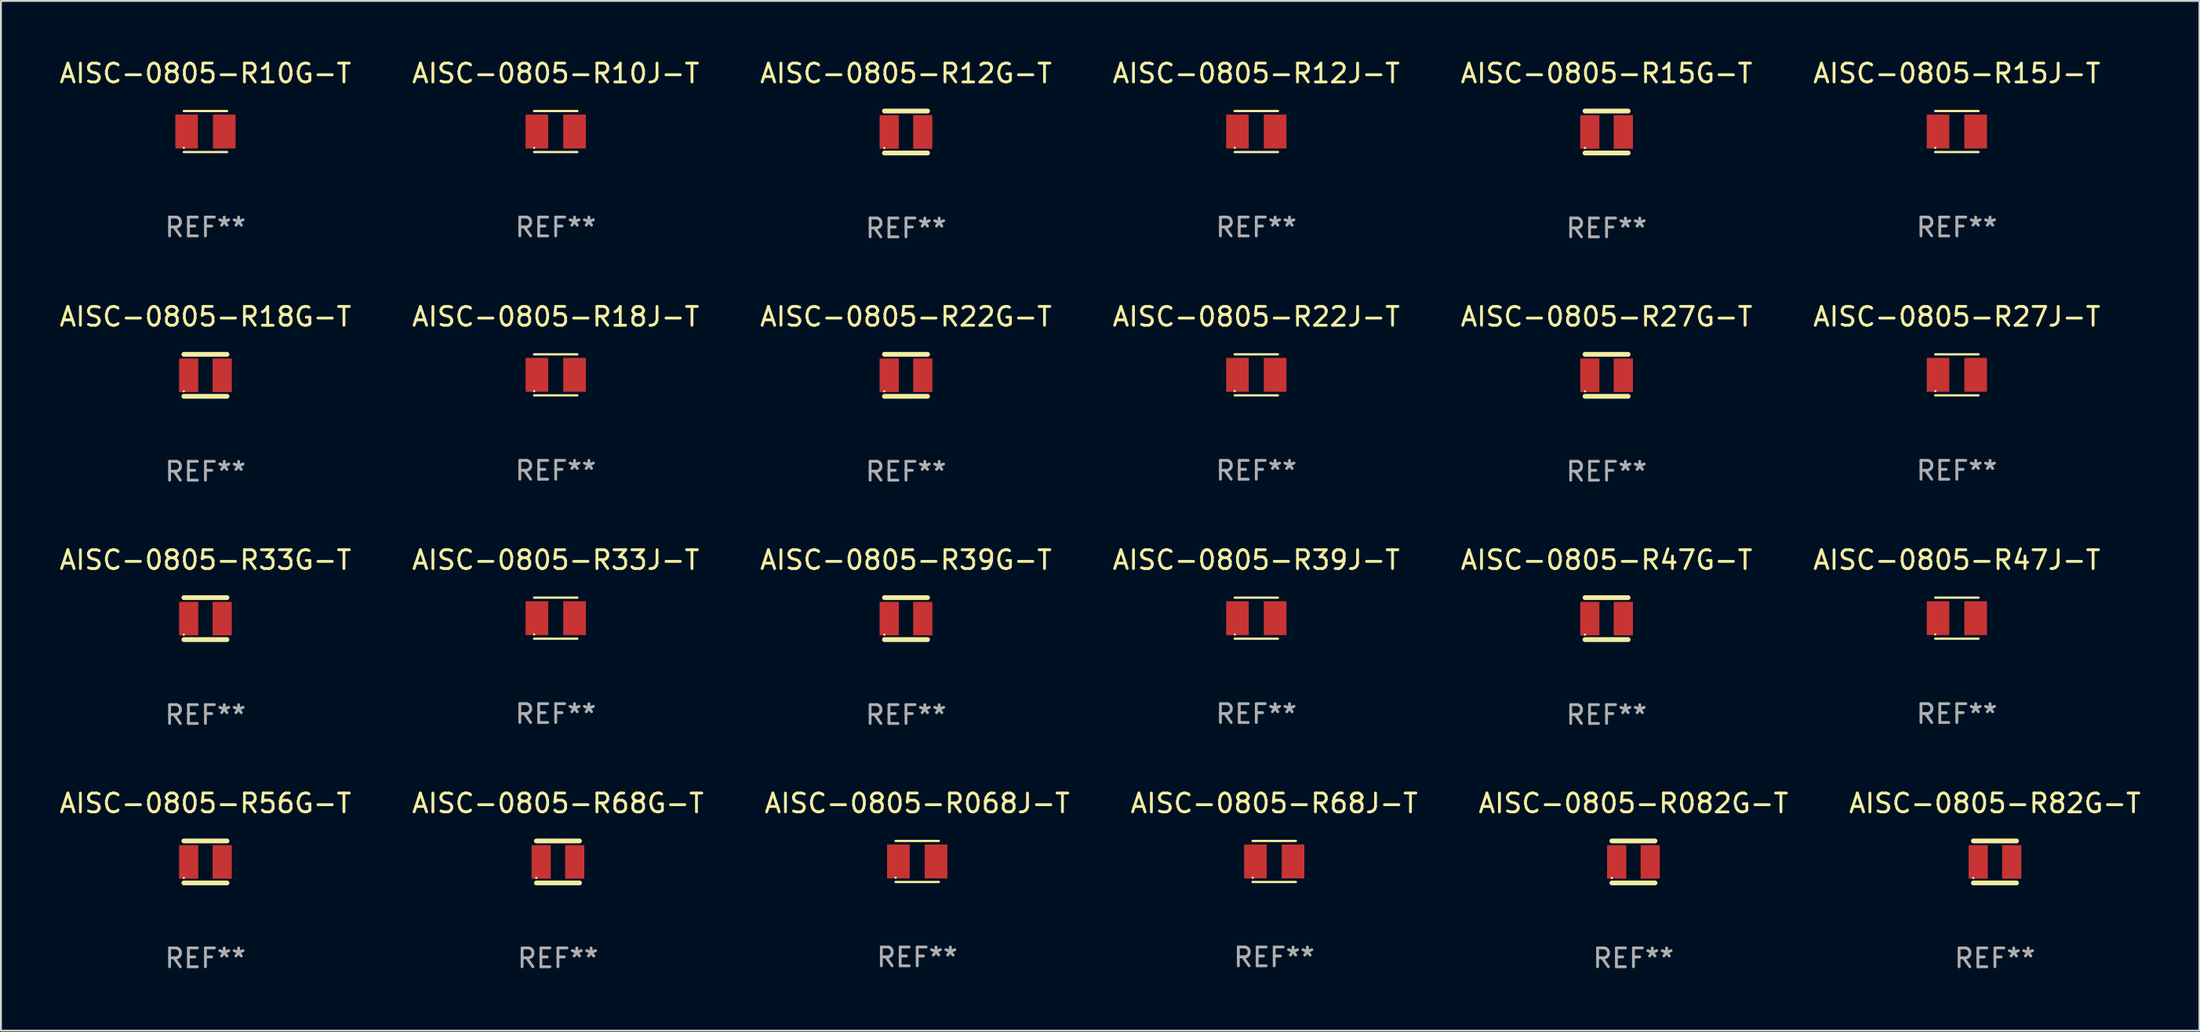
<source format=kicad_pcb>
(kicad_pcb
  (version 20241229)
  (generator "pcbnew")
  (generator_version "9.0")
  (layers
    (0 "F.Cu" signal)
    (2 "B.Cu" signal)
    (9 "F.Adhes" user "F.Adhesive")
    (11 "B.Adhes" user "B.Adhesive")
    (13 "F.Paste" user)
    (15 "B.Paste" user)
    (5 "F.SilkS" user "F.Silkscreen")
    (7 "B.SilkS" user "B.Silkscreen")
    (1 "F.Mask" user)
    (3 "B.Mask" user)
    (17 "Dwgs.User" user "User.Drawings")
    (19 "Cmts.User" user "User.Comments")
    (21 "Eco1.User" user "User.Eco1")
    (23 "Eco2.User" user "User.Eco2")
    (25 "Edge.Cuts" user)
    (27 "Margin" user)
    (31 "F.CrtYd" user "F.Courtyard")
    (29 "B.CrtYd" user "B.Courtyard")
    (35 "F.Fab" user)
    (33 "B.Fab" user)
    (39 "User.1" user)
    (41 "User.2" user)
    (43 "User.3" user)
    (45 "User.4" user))
  (footprint "AISC-0805-R22G-T"
    (layer "F.Cu")
    (at 45.077 16.89)
    (property "Reference" "AISC-0805-R22G-T" (at 0 -3.115 0) (layer "F.SilkS") (effects (font (size 1 1) (thickness 0.15))))
    (attr through_hole)
    (fp_line (start -1.145 -1.115) (end 1.145 -1.115) (stroke (width 0.254) (type solid)) (layer "F.SilkS"))
    (fp_line (start -1.145 1.115) (end 1.145 1.115) (stroke (width 0.254) (type solid)) (layer "F.SilkS"))
    (fp_circle (center -1.15 0.85) (end -1.12 0.85) (stroke (width 0.06) (type solid)) (fill no) (layer "F.SilkS"))
    (fp_text user "REF**" (at 0 5.115 0) (layer "F.Fab") (effects (font (size 1 1) (thickness 0.15))))
    (pad "1" smd rect (at -0.89 0 90) (size 1.78 1.02) (layers "F.Cu" "F.Mask" "F.Paste"))
    (pad "2" smd rect (at 0.89 0 90) (size 1.78 1.02) (layers "F.Cu" "F.Mask" "F.Paste")))
  (footprint "AISC-0805-R18J-T"
    (layer "F.Cu")
    (at 26.47 16.865)
    (property "Reference" "AISC-0805-R18J-T" (at 0 -3.09 0) (layer "F.SilkS") (effects (font (size 1 1) (thickness 0.15))))
    (attr through_hole)
    (fp_line (start -1.15 1.09) (end 1.15 1.09) (stroke (width 0.12) (type solid)) (layer "F.SilkS"))
    (fp_line (start 1.15 -1.09) (end -1.15 -1.09) (stroke (width 0.12) (type solid)) (layer "F.SilkS"))
    (fp_circle (center -1.145 0.865) (end -1.115 0.865) (stroke (width 0.06) (type solid)) (fill no) (layer "F.SilkS"))
    (fp_text user "REF**" (at 0 5.09 0) (layer "F.Fab") (effects (font (size 1 1) (thickness 0.15))))
    (pad "1" smd rect (at -1 0 90) (size 1.8 1.2) (layers "F.Cu" "F.Mask" "F.Paste"))
    (pad "2" smd rect (at 1 0 90) (size 1.8 1.2) (layers "F.Cu" "F.Mask" "F.Paste")))
  (footprint "AISC-0805-R27J-T"
    (layer "F.Cu")
    (at 100.899 16.865)
    (property "Reference" "AISC-0805-R27J-T" (at 0 -3.09 0) (layer "F.SilkS") (effects (font (size 1 1) (thickness 0.15))))
    (attr through_hole)
    (fp_line (start -1.15 1.09) (end 1.15 1.09) (stroke (width 0.12) (type solid)) (layer "F.SilkS"))
    (fp_line (start 1.15 -1.09) (end -1.15 -1.09) (stroke (width 0.12) (type solid)) (layer "F.SilkS"))
    (fp_circle (center -1.145 0.865) (end -1.115 0.865) (stroke (width 0.06) (type solid)) (fill no) (layer "F.SilkS"))
    (fp_text user "REF**" (at 0 5.09 0) (layer "F.Fab") (effects (font (size 1 1) (thickness 0.15))))
    (pad "1" smd rect (at -1 0 90) (size 1.8 1.2) (layers "F.Cu" "F.Mask" "F.Paste"))
    (pad "2" smd rect (at 1 0 90) (size 1.8 1.2) (layers "F.Cu" "F.Mask" "F.Paste")))
  (footprint "AISC-0805-R082G-T"
    (layer "F.Cu")
    (at 83.72 42.743)
    (property "Reference" "AISC-0805-R082G-T" (at 0 -3.115 0) (layer "F.SilkS") (effects (font (size 1 1) (thickness 0.15))))
    (attr through_hole)
    (fp_line (start -1.145 -1.115) (end 1.145 -1.115) (stroke (width 0.254) (type solid)) (layer "F.SilkS"))
    (fp_line (start -1.145 1.115) (end 1.145 1.115) (stroke (width 0.254) (type solid)) (layer "F.SilkS"))
    (fp_circle (center -1.15 0.85) (end -1.12 0.85) (stroke (width 0.06) (type solid)) (fill no) (layer "F.SilkS"))
    (fp_text user "REF**" (at 0 5.115 0) (layer "F.Fab") (effects (font (size 1 1) (thickness 0.15))))
    (pad "1" smd rect (at -0.89 0 90) (size 1.78 1.02) (layers "F.Cu" "F.Mask" "F.Paste"))
    (pad "2" smd rect (at 0.89 0 90) (size 1.78 1.02) (layers "F.Cu" "F.Mask" "F.Paste")))
  (footprint "AISC-0805-R56G-T"
    (layer "F.Cu")
    (at 7.863 42.743)
    (property "Reference" "AISC-0805-R56G-T" (at 0 -3.115 0) (layer "F.SilkS") (effects (font (size 1 1) (thickness 0.15))))
    (attr through_hole)
    (fp_line (start -1.145 -1.115) (end 1.145 -1.115) (stroke (width 0.254) (type solid)) (layer "F.SilkS"))
    (fp_line (start -1.145 1.115) (end 1.145 1.115) (stroke (width 0.254) (type solid)) (layer "F.SilkS"))
    (fp_circle (center -1.15 0.85) (end -1.12 0.85) (stroke (width 0.06) (type solid)) (fill no) (layer "F.SilkS"))
    (fp_text user "REF**" (at 0 5.115 0) (layer "F.Fab") (effects (font (size 1 1) (thickness 0.15))))
    (pad "1" smd rect (at -0.89 0 90) (size 1.78 1.02) (layers "F.Cu" "F.Mask" "F.Paste"))
    (pad "2" smd rect (at 0.89 0 90) (size 1.78 1.02) (layers "F.Cu" "F.Mask" "F.Paste")))
  (footprint "AISC-0805-R33J-T"
    (layer "F.Cu")
    (at 26.47 29.791)
    (property "Reference" "AISC-0805-R33J-T" (at 0 -3.09 0) (layer "F.SilkS") (effects (font (size 1 1) (thickness 0.15))))
    (attr through_hole)
    (fp_line (start -1.15 1.09) (end 1.15 1.09) (stroke (width 0.12) (type solid)) (layer "F.SilkS"))
    (fp_line (start 1.15 -1.09) (end -1.15 -1.09) (stroke (width 0.12) (type solid)) (layer "F.SilkS"))
    (fp_circle (center -1.145 0.865) (end -1.115 0.865) (stroke (width 0.06) (type solid)) (fill no) (layer "F.SilkS"))
    (fp_text user "REF**" (at 0 5.09 0) (layer "F.Fab") (effects (font (size 1 1) (thickness 0.15))))
    (pad "1" smd rect (at -1 0 90) (size 1.8 1.2) (layers "F.Cu" "F.Mask" "F.Paste"))
    (pad "2" smd rect (at 1 0 90) (size 1.8 1.2) (layers "F.Cu" "F.Mask" "F.Paste")))
  (footprint "AISC-0805-R39G-T"
    (layer "F.Cu")
    (at 45.077 29.816)
    (property "Reference" "AISC-0805-R39G-T" (at 0 -3.115 0) (layer "F.SilkS") (effects (font (size 1 1) (thickness 0.15))))
    (attr through_hole)
    (fp_line (start -1.145 -1.115) (end 1.145 -1.115) (stroke (width 0.254) (type solid)) (layer "F.SilkS"))
    (fp_line (start -1.145 1.115) (end 1.145 1.115) (stroke (width 0.254) (type solid)) (layer "F.SilkS"))
    (fp_circle (center -1.15 0.85) (end -1.12 0.85) (stroke (width 0.06) (type solid)) (fill no) (layer "F.SilkS"))
    (fp_text user "REF**" (at 0 5.115 0) (layer "F.Fab") (effects (font (size 1 1) (thickness 0.15))))
    (pad "1" smd rect (at -0.89 0 90) (size 1.78 1.02) (layers "F.Cu" "F.Mask" "F.Paste"))
    (pad "2" smd rect (at 0.89 0 90) (size 1.78 1.02) (layers "F.Cu" "F.Mask" "F.Paste")))
  (footprint "AISC-0805-R15J-T"
    (layer "F.Cu")
    (at 100.899 3.938)
    (property "Reference" "AISC-0805-R15J-T" (at 0 -3.09 0) (layer "F.SilkS") (effects (font (size 1 1) (thickness 0.15))))
    (attr through_hole)
    (fp_line (start -1.15 1.09) (end 1.15 1.09) (stroke (width 0.12) (type solid)) (layer "F.SilkS"))
    (fp_line (start 1.15 -1.09) (end -1.15 -1.09) (stroke (width 0.12) (type solid)) (layer "F.SilkS"))
    (fp_circle (center -1.145 0.865) (end -1.115 0.865) (stroke (width 0.06) (type solid)) (fill no) (layer "F.SilkS"))
    (fp_text user "REF**" (at 0 5.09 0) (layer "F.Fab") (effects (font (size 1 1) (thickness 0.15))))
    (pad "1" smd rect (at -1 0 90) (size 1.8 1.2) (layers "F.Cu" "F.Mask" "F.Paste"))
    (pad "2" smd rect (at 1 0 90) (size 1.8 1.2) (layers "F.Cu" "F.Mask" "F.Paste")))
  (footprint "AISC-0805-R47G-T"
    (layer "F.Cu")
    (at 82.292 29.816)
    (property "Reference" "AISC-0805-R47G-T" (at 0 -3.115 0) (layer "F.SilkS") (effects (font (size 1 1) (thickness 0.15))))
    (attr through_hole)
    (fp_line (start -1.145 -1.115) (end 1.145 -1.115) (stroke (width 0.254) (type solid)) (layer "F.SilkS"))
    (fp_line (start -1.145 1.115) (end 1.145 1.115) (stroke (width 0.254) (type solid)) (layer "F.SilkS"))
    (fp_circle (center -1.15 0.85) (end -1.12 0.85) (stroke (width 0.06) (type solid)) (fill no) (layer "F.SilkS"))
    (fp_text user "REF**" (at 0 5.115 0) (layer "F.Fab") (effects (font (size 1 1) (thickness 0.15))))
    (pad "1" smd rect (at -0.89 0 90) (size 1.78 1.02) (layers "F.Cu" "F.Mask" "F.Paste"))
    (pad "2" smd rect (at 0.89 0 90) (size 1.78 1.02) (layers "F.Cu" "F.Mask" "F.Paste")))
  (footprint "AISC-0805-R47J-T"
    (layer "F.Cu")
    (at 100.899 29.791)
    (property "Reference" "AISC-0805-R47J-T" (at 0 -3.09 0) (layer "F.SilkS") (effects (font (size 1 1) (thickness 0.15))))
    (attr through_hole)
    (fp_line (start -1.15 1.09) (end 1.15 1.09) (stroke (width 0.12) (type solid)) (layer "F.SilkS"))
    (fp_line (start 1.15 -1.09) (end -1.15 -1.09) (stroke (width 0.12) (type solid)) (layer "F.SilkS"))
    (fp_circle (center -1.145 0.865) (end -1.115 0.865) (stroke (width 0.06) (type solid)) (fill no) (layer "F.SilkS"))
    (fp_text user "REF**" (at 0 5.09 0) (layer "F.Fab") (effects (font (size 1 1) (thickness 0.15))))
    (pad "1" smd rect (at -1 0 90) (size 1.8 1.2) (layers "F.Cu" "F.Mask" "F.Paste"))
    (pad "2" smd rect (at 1 0 90) (size 1.8 1.2) (layers "F.Cu" "F.Mask" "F.Paste")))
  (footprint "AISC-0805-R15G-T"
    (layer "F.Cu")
    (at 82.292 3.963)
    (property "Reference" "AISC-0805-R15G-T" (at 0 -3.115 0) (layer "F.SilkS") (effects (font (size 1 1) (thickness 0.15))))
    (attr through_hole)
    (fp_line (start -1.145 -1.115) (end 1.145 -1.115) (stroke (width 0.254) (type solid)) (layer "F.SilkS"))
    (fp_line (start -1.145 1.115) (end 1.145 1.115) (stroke (width 0.254) (type solid)) (layer "F.SilkS"))
    (fp_circle (center -1.15 0.85) (end -1.12 0.85) (stroke (width 0.06) (type solid)) (fill no) (layer "F.SilkS"))
    (fp_text user "REF**" (at 0 5.115 0) (layer "F.Fab") (effects (font (size 1 1) (thickness 0.15))))
    (pad "1" smd rect (at -0.89 0 90) (size 1.78 1.02) (layers "F.Cu" "F.Mask" "F.Paste"))
    (pad "2" smd rect (at 0.89 0 90) (size 1.78 1.02) (layers "F.Cu" "F.Mask" "F.Paste")))
  (footprint "AISC-0805-R82G-T"
    (layer "F.Cu")
    (at 102.923 42.743)
    (property "Reference" "AISC-0805-R82G-T" (at 0 -3.115 0) (layer "F.SilkS") (effects (font (size 1 1) (thickness 0.15))))
    (attr through_hole)
    (fp_line (start -1.145 -1.115) (end 1.145 -1.115) (stroke (width 0.254) (type solid)) (layer "F.SilkS"))
    (fp_line (start -1.145 1.115) (end 1.145 1.115) (stroke (width 0.254) (type solid)) (layer "F.SilkS"))
    (fp_circle (center -1.15 0.85) (end -1.12 0.85) (stroke (width 0.06) (type solid)) (fill no) (layer "F.SilkS"))
    (fp_text user "REF**" (at 0 5.115 0) (layer "F.Fab") (effects (font (size 1 1) (thickness 0.15))))
    (pad "1" smd rect (at -0.89 0 90) (size 1.78 1.02) (layers "F.Cu" "F.Mask" "F.Paste"))
    (pad "2" smd rect (at 0.89 0 90) (size 1.78 1.02) (layers "F.Cu" "F.Mask" "F.Paste")))
  (footprint "AISC-0805-R68G-T"
    (layer "F.Cu")
    (at 26.589 42.743)
    (property "Reference" "AISC-0805-R68G-T" (at 0 -3.115 0) (layer "F.SilkS") (effects (font (size 1 1) (thickness 0.15))))
    (attr through_hole)
    (fp_line (start -1.145 -1.115) (end 1.145 -1.115) (stroke (width 0.254) (type solid)) (layer "F.SilkS"))
    (fp_line (start -1.145 1.115) (end 1.145 1.115) (stroke (width 0.254) (type solid)) (layer "F.SilkS"))
    (fp_circle (center -1.15 0.85) (end -1.12 0.85) (stroke (width 0.06) (type solid)) (fill no) (layer "F.SilkS"))
    (fp_text user "REF**" (at 0 5.115 0) (layer "F.Fab") (effects (font (size 1 1) (thickness 0.15))))
    (pad "1" smd rect (at -0.89 0 90) (size 1.78 1.02) (layers "F.Cu" "F.Mask" "F.Paste"))
    (pad "2" smd rect (at 0.89 0 90) (size 1.78 1.02) (layers "F.Cu" "F.Mask" "F.Paste")))
  (footprint "AISC-0805-R39J-T"
    (layer "F.Cu")
    (at 63.685 29.791)
    (property "Reference" "AISC-0805-R39J-T" (at 0 -3.09 0) (layer "F.SilkS") (effects (font (size 1 1) (thickness 0.15))))
    (attr through_hole)
    (fp_line (start -1.15 1.09) (end 1.15 1.09) (stroke (width 0.12) (type solid)) (layer "F.SilkS"))
    (fp_line (start 1.15 -1.09) (end -1.15 -1.09) (stroke (width 0.12) (type solid)) (layer "F.SilkS"))
    (fp_circle (center -1.145 0.865) (end -1.115 0.865) (stroke (width 0.06) (type solid)) (fill no) (layer "F.SilkS"))
    (fp_text user "REF**" (at 0 5.09 0) (layer "F.Fab") (effects (font (size 1 1) (thickness 0.15))))
    (pad "1" smd rect (at -1 0 90) (size 1.8 1.2) (layers "F.Cu" "F.Mask" "F.Paste"))
    (pad "2" smd rect (at 1 0 90) (size 1.8 1.2) (layers "F.Cu" "F.Mask" "F.Paste")))
  (footprint "AISC-0805-R22J-T"
    (layer "F.Cu")
    (at 63.685 16.865)
    (property "Reference" "AISC-0805-R22J-T" (at 0 -3.09 0) (layer "F.SilkS") (effects (font (size 1 1) (thickness 0.15))))
    (attr through_hole)
    (fp_line (start -1.15 1.09) (end 1.15 1.09) (stroke (width 0.12) (type solid)) (layer "F.SilkS"))
    (fp_line (start 1.15 -1.09) (end -1.15 -1.09) (stroke (width 0.12) (type solid)) (layer "F.SilkS"))
    (fp_circle (center -1.145 0.865) (end -1.115 0.865) (stroke (width 0.06) (type solid)) (fill no) (layer "F.SilkS"))
    (fp_text user "REF**" (at 0 5.09 0) (layer "F.Fab") (effects (font (size 1 1) (thickness 0.15))))
    (pad "1" smd rect (at -1 0 90) (size 1.8 1.2) (layers "F.Cu" "F.Mask" "F.Paste"))
    (pad "2" smd rect (at 1 0 90) (size 1.8 1.2) (layers "F.Cu" "F.Mask" "F.Paste")))
  (footprint "AISC-0805-R27G-T"
    (layer "F.Cu")
    (at 82.292 16.89)
    (property "Reference" "AISC-0805-R27G-T" (at 0 -3.115 0) (layer "F.SilkS") (effects (font (size 1 1) (thickness 0.15))))
    (attr through_hole)
    (fp_line (start -1.145 -1.115) (end 1.145 -1.115) (stroke (width 0.254) (type solid)) (layer "F.SilkS"))
    (fp_line (start -1.145 1.115) (end 1.145 1.115) (stroke (width 0.254) (type solid)) (layer "F.SilkS"))
    (fp_circle (center -1.15 0.85) (end -1.12 0.85) (stroke (width 0.06) (type solid)) (fill no) (layer "F.SilkS"))
    (fp_text user "REF**" (at 0 5.115 0) (layer "F.Fab") (effects (font (size 1 1) (thickness 0.15))))
    (pad "1" smd rect (at -0.89 0 90) (size 1.78 1.02) (layers "F.Cu" "F.Mask" "F.Paste"))
    (pad "2" smd rect (at 0.89 0 90) (size 1.78 1.02) (layers "F.Cu" "F.Mask" "F.Paste")))
  (footprint "AISC-0805-R68J-T"
    (layer "F.Cu")
    (at 64.637 42.718)
    (property "Reference" "AISC-0805-R68J-T" (at 0 -3.09 0) (layer "F.SilkS") (effects (font (size 1 1) (thickness 0.15))))
    (attr through_hole)
    (fp_line (start -1.15 1.09) (end 1.15 1.09) (stroke (width 0.12) (type solid)) (layer "F.SilkS"))
    (fp_line (start 1.15 -1.09) (end -1.15 -1.09) (stroke (width 0.12) (type solid)) (layer "F.SilkS"))
    (fp_circle (center -1.145 0.865) (end -1.115 0.865) (stroke (width 0.06) (type solid)) (fill no) (layer "F.SilkS"))
    (fp_text user "REF**" (at 0 5.09 0) (layer "F.Fab") (effects (font (size 1 1) (thickness 0.15))))
    (pad "1" smd rect (at -1 0 90) (size 1.8 1.2) (layers "F.Cu" "F.Mask" "F.Paste"))
    (pad "2" smd rect (at 1 0 90) (size 1.8 1.2) (layers "F.Cu" "F.Mask" "F.Paste")))
  (footprint "AISC-0805-R12G-T"
    (layer "F.Cu")
    (at 45.077 3.963)
    (property "Reference" "AISC-0805-R12G-T" (at 0 -3.115 0) (layer "F.SilkS") (effects (font (size 1 1) (thickness 0.15))))
    (attr through_hole)
    (fp_line (start -1.145 -1.115) (end 1.145 -1.115) (stroke (width 0.254) (type solid)) (layer "F.SilkS"))
    (fp_line (start -1.145 1.115) (end 1.145 1.115) (stroke (width 0.254) (type solid)) (layer "F.SilkS"))
    (fp_circle (center -1.15 0.85) (end -1.12 0.85) (stroke (width 0.06) (type solid)) (fill no) (layer "F.SilkS"))
    (fp_text user "REF**" (at 0 5.115 0) (layer "F.Fab") (effects (font (size 1 1) (thickness 0.15))))
    (pad "1" smd rect (at -0.89 0 90) (size 1.78 1.02) (layers "F.Cu" "F.Mask" "F.Paste"))
    (pad "2" smd rect (at 0.89 0 90) (size 1.78 1.02) (layers "F.Cu" "F.Mask" "F.Paste")))
  (footprint "AISC-0805-R12J-T"
    (layer "F.Cu")
    (at 63.685 3.938)
    (property "Reference" "AISC-0805-R12J-T" (at 0 -3.09 0) (layer "F.SilkS") (effects (font (size 1 1) (thickness 0.15))))
    (attr through_hole)
    (fp_line (start -1.15 1.09) (end 1.15 1.09) (stroke (width 0.12) (type solid)) (layer "F.SilkS"))
    (fp_line (start 1.15 -1.09) (end -1.15 -1.09) (stroke (width 0.12) (type solid)) (layer "F.SilkS"))
    (fp_circle (center -1.145 0.865) (end -1.115 0.865) (stroke (width 0.06) (type solid)) (fill no) (layer "F.SilkS"))
    (fp_text user "REF**" (at 0 5.09 0) (layer "F.Fab") (effects (font (size 1 1) (thickness 0.15))))
    (pad "1" smd rect (at -1 0 90) (size 1.8 1.2) (layers "F.Cu" "F.Mask" "F.Paste"))
    (pad "2" smd rect (at 1 0 90) (size 1.8 1.2) (layers "F.Cu" "F.Mask" "F.Paste")))
  (footprint "AISC-0805-R10J-T"
    (layer "F.Cu")
    (at 26.47 3.938)
    (property "Reference" "AISC-0805-R10J-T" (at 0 -3.09 0) (layer "F.SilkS") (effects (font (size 1 1) (thickness 0.15))))
    (attr through_hole)
    (fp_line (start -1.15 1.09) (end 1.15 1.09) (stroke (width 0.12) (type solid)) (layer "F.SilkS"))
    (fp_line (start 1.15 -1.09) (end -1.15 -1.09) (stroke (width 0.12) (type solid)) (layer "F.SilkS"))
    (fp_circle (center -1.145 0.865) (end -1.115 0.865) (stroke (width 0.06) (type solid)) (fill no) (layer "F.SilkS"))
    (fp_text user "REF**" (at 0 5.09 0) (layer "F.Fab") (effects (font (size 1 1) (thickness 0.15))))
    (pad "1" smd rect (at -1 0 90) (size 1.8 1.2) (layers "F.Cu" "F.Mask" "F.Paste"))
    (pad "2" smd rect (at 1 0 90) (size 1.8 1.2) (layers "F.Cu" "F.Mask" "F.Paste")))
  (footprint "AISC-0805-R068J-T"
    (layer "F.Cu")
    (at 45.673 42.718)
    (property "Reference" "AISC-0805-R068J-T" (at 0 -3.09 0) (layer "F.SilkS") (effects (font (size 1 1) (thickness 0.15))))
    (attr through_hole)
    (fp_line (start -1.15 1.09) (end 1.15 1.09) (stroke (width 0.12) (type solid)) (layer "F.SilkS"))
    (fp_line (start 1.15 -1.09) (end -1.15 -1.09) (stroke (width 0.12) (type solid)) (layer "F.SilkS"))
    (fp_circle (center -1.145 0.865) (end -1.115 0.865) (stroke (width 0.06) (type solid)) (fill no) (layer "F.SilkS"))
    (fp_text user "REF**" (at 0 5.09 0) (layer "F.Fab") (effects (font (size 1 1) (thickness 0.15))))
    (pad "1" smd rect (at -1 0 90) (size 1.8 1.2) (layers "F.Cu" "F.Mask" "F.Paste"))
    (pad "2" smd rect (at 1 0 90) (size 1.8 1.2) (layers "F.Cu" "F.Mask" "F.Paste")))
  (footprint "AISC-0805-R33G-T"
    (layer "F.Cu")
    (at 7.863 29.816)
    (property "Reference" "AISC-0805-R33G-T" (at 0 -3.115 0) (layer "F.SilkS") (effects (font (size 1 1) (thickness 0.15))))
    (attr through_hole)
    (fp_line (start -1.145 -1.115) (end 1.145 -1.115) (stroke (width 0.254) (type solid)) (layer "F.SilkS"))
    (fp_line (start -1.145 1.115) (end 1.145 1.115) (stroke (width 0.254) (type solid)) (layer "F.SilkS"))
    (fp_circle (center -1.15 0.85) (end -1.12 0.85) (stroke (width 0.06) (type solid)) (fill no) (layer "F.SilkS"))
    (fp_text user "REF**" (at 0 5.115 0) (layer "F.Fab") (effects (font (size 1 1) (thickness 0.15))))
    (pad "1" smd rect (at -0.89 0 90) (size 1.78 1.02) (layers "F.Cu" "F.Mask" "F.Paste"))
    (pad "2" smd rect (at 0.89 0 90) (size 1.78 1.02) (layers "F.Cu" "F.Mask" "F.Paste")))
  (footprint "AISC-0805-R10G-T"
    (layer "F.Cu")
    (at 7.863 3.938)
    (property "Reference" "AISC-0805-R10G-T" (at 0 -3.09 0) (layer "F.SilkS") (effects (font (size 1 1) (thickness 0.15))))
    (attr through_hole)
    (fp_line (start -1.15 1.09) (end 1.15 1.09) (stroke (width 0.12) (type solid)) (layer "F.SilkS"))
    (fp_line (start 1.15 -1.09) (end -1.15 -1.09) (stroke (width 0.12) (type solid)) (layer "F.SilkS"))
    (fp_circle (center -1.145 0.865) (end -1.115 0.865) (stroke (width 0.06) (type solid)) (fill no) (layer "F.SilkS"))
    (fp_text user "REF**" (at 0 5.09 0) (layer "F.Fab") (effects (font (size 1 1) (thickness 0.15))))
    (pad "1" smd rect (at -1 0 90) (size 1.8 1.2) (layers "F.Cu" "F.Mask" "F.Paste"))
    (pad "2" smd rect (at 1 0 90) (size 1.8 1.2) (layers "F.Cu" "F.Mask" "F.Paste")))
  (footprint "AISC-0805-R18G-T"
    (layer "F.Cu")
    (at 7.863 16.89)
    (property "Reference" "AISC-0805-R18G-T" (at 0 -3.115 0) (layer "F.SilkS") (effects (font (size 1 1) (thickness 0.15))))
    (attr through_hole)
    (fp_line (start -1.145 -1.115) (end 1.145 -1.115) (stroke (width 0.254) (type solid)) (layer "F.SilkS"))
    (fp_line (start -1.145 1.115) (end 1.145 1.115) (stroke (width 0.254) (type solid)) (layer "F.SilkS"))
    (fp_circle (center -1.15 0.85) (end -1.12 0.85) (stroke (width 0.06) (type solid)) (fill no) (layer "F.SilkS"))
    (fp_text user "REF**" (at 0 5.115 0) (layer "F.Fab") (effects (font (size 1 1) (thickness 0.15))))
    (pad "1" smd rect (at -0.89 0 90) (size 1.78 1.02) (layers "F.Cu" "F.Mask" "F.Paste"))
    (pad "2" smd rect (at 0.89 0 90) (size 1.78 1.02) (layers "F.Cu" "F.Mask" "F.Paste")))
  (gr_rect
    (start -3 -3)
    (end 113.786 51.706)
    (stroke (width 0.1) (type default))
    (fill no)
    (layer "Edge.Cuts")))
</source>
